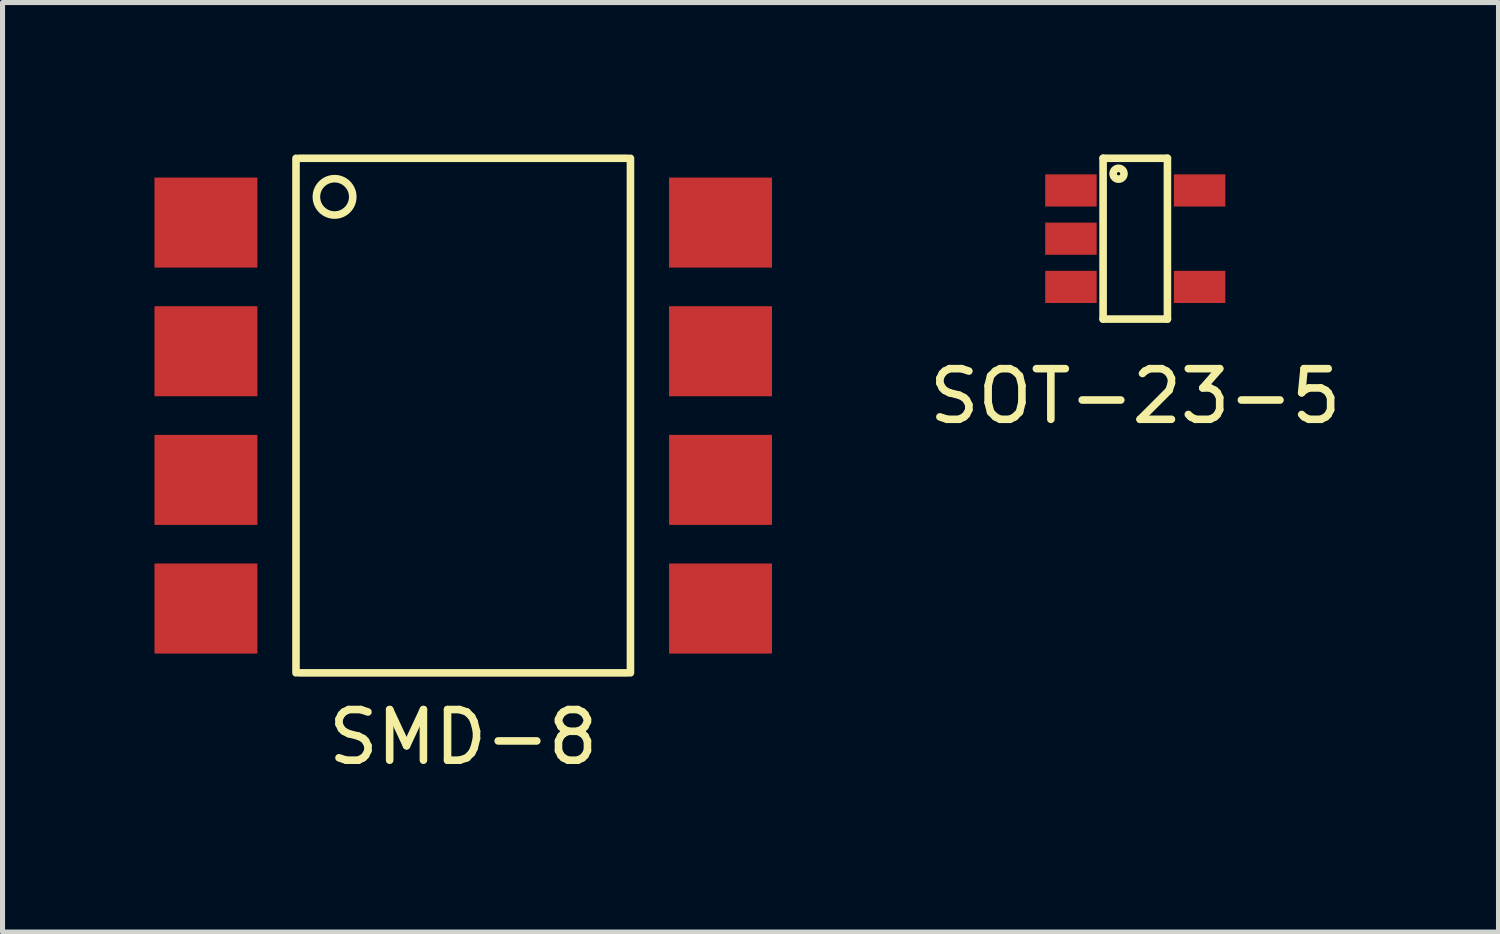
<source format=kicad_pcb>
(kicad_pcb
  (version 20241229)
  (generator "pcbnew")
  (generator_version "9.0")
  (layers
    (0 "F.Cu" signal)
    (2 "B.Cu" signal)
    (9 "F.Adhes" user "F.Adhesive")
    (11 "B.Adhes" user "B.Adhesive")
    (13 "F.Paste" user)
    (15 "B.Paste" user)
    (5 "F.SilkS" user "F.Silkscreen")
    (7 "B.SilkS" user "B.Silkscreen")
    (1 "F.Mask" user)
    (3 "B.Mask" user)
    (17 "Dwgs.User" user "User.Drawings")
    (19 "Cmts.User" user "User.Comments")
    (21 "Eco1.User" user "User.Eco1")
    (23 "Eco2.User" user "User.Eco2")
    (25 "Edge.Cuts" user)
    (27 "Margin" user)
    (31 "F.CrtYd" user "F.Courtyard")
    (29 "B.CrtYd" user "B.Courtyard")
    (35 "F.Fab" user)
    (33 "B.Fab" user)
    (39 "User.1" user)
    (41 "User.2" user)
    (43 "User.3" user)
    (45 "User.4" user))
  (footprint "SMD-8"
    (layer "F.Cu")
    (at 6.096 1.345)
    (property "Reference" "SMD-8" (at 0 10.16 0) (layer "F.SilkS") (effects (font (size 1 1) (thickness 0.15))))
    (attr through_hole)
    (fp_line (start -3.302 -1.27) (end -3.302 8.89) (stroke (width 0.15) (type solid)) (layer "F.SilkS"))
    (fp_line (start -3.239 -1.27) (end 3.239 -1.27) (stroke (width 0.15) (type solid)) (layer "F.SilkS"))
    (fp_line (start -3.239 8.89) (end 3.239 8.89) (stroke (width 0.15) (type solid)) (layer "F.SilkS"))
    (fp_line (start 3.302 8.89) (end 3.302 -1.27) (stroke (width 0.15) (type solid)) (layer "F.SilkS"))
    (fp_circle (center -2.54 -0.508) (end -2.286 -0.254) (stroke (width 0.15) (type solid)) (fill no) (layer "F.SilkS"))
    (pad "1" smd rect (at -5.08 0) (size 2.032 1.778) (layers "F.Cu" "F.Mask" "F.Paste"))
    (pad "2" smd rect (at -5.08 2.54) (size 2.032 1.778) (layers "F.Cu" "F.Mask" "F.Paste"))
    (pad "3" smd rect (at -5.08 5.08) (size 2.032 1.778) (layers "F.Cu" "F.Mask" "F.Paste"))
    (pad "4" smd rect (at -5.08 7.62) (size 2.032 1.778) (layers "F.Cu" "F.Mask" "F.Paste"))
    (pad "5" smd rect (at 5.08 7.62) (size 2.032 1.778) (layers "F.Cu" "F.Mask" "F.Paste"))
    (pad "6" smd rect (at 5.08 5.08) (size 2.032 1.778) (layers "F.Cu" "F.Mask" "F.Paste"))
    (pad "7" smd rect (at 5.08 2.54) (size 2.032 1.778) (layers "F.Cu" "F.Mask" "F.Paste"))
    (pad "8" smd rect (at 5.08 0) (size 2.032 1.778) (layers "F.Cu" "F.Mask" "F.Paste")))
  (footprint "SOT-23-5"
    (layer "F.Cu")
    (at 19.365 0.71)
    (property "Reference" "SOT-23-5" (at 0 4.064 0) (layer "F.SilkS") (effects (font (size 1 1) (thickness 0.15))))
    (attr through_hole)
    (fp_line (start -0.635 -0.635) (end 0.635 -0.635) (stroke (width 0.15) (type solid)) (layer "F.SilkS"))
    (fp_line (start -0.635 2.54) (end -0.635 -0.635) (stroke (width 0.15) (type solid)) (layer "F.SilkS"))
    (fp_line (start 0.635 -0.635) (end 0.635 2.54) (stroke (width 0.15) (type solid)) (layer "F.SilkS"))
    (fp_line (start 0.635 2.54) (end -0.635 2.54) (stroke (width 0.15) (type solid)) (layer "F.SilkS"))
    (fp_circle (center -0.33 -0.33) (end -0.254 -0.254) (stroke (width 0.15) (type solid)) (fill no) (layer "F.SilkS"))
    (pad "1" smd rect (at -1.27 0) (size 1.016 0.635) (layers "F.Cu" "F.Mask" "F.Paste"))
    (pad "2" smd rect (at -1.27 0.953) (size 1.016 0.635) (layers "F.Cu" "F.Mask" "F.Paste"))
    (pad "3" smd rect (at -1.27 1.905) (size 1.016 0.635) (layers "F.Cu" "F.Mask" "F.Paste"))
    (pad "4" smd rect (at 1.27 1.905) (size 1.016 0.635) (layers "F.Cu" "F.Mask" "F.Paste"))
    (pad "5" smd rect (at 1.27 0) (size 1.016 0.635) (layers "F.Cu" "F.Mask" "F.Paste")))
  (gr_rect
    (start -3 -3)
    (end 26.537 15.353)
    (stroke (width 0.1) (type default))
    (fill no)
    (layer "Edge.Cuts")))
</source>
